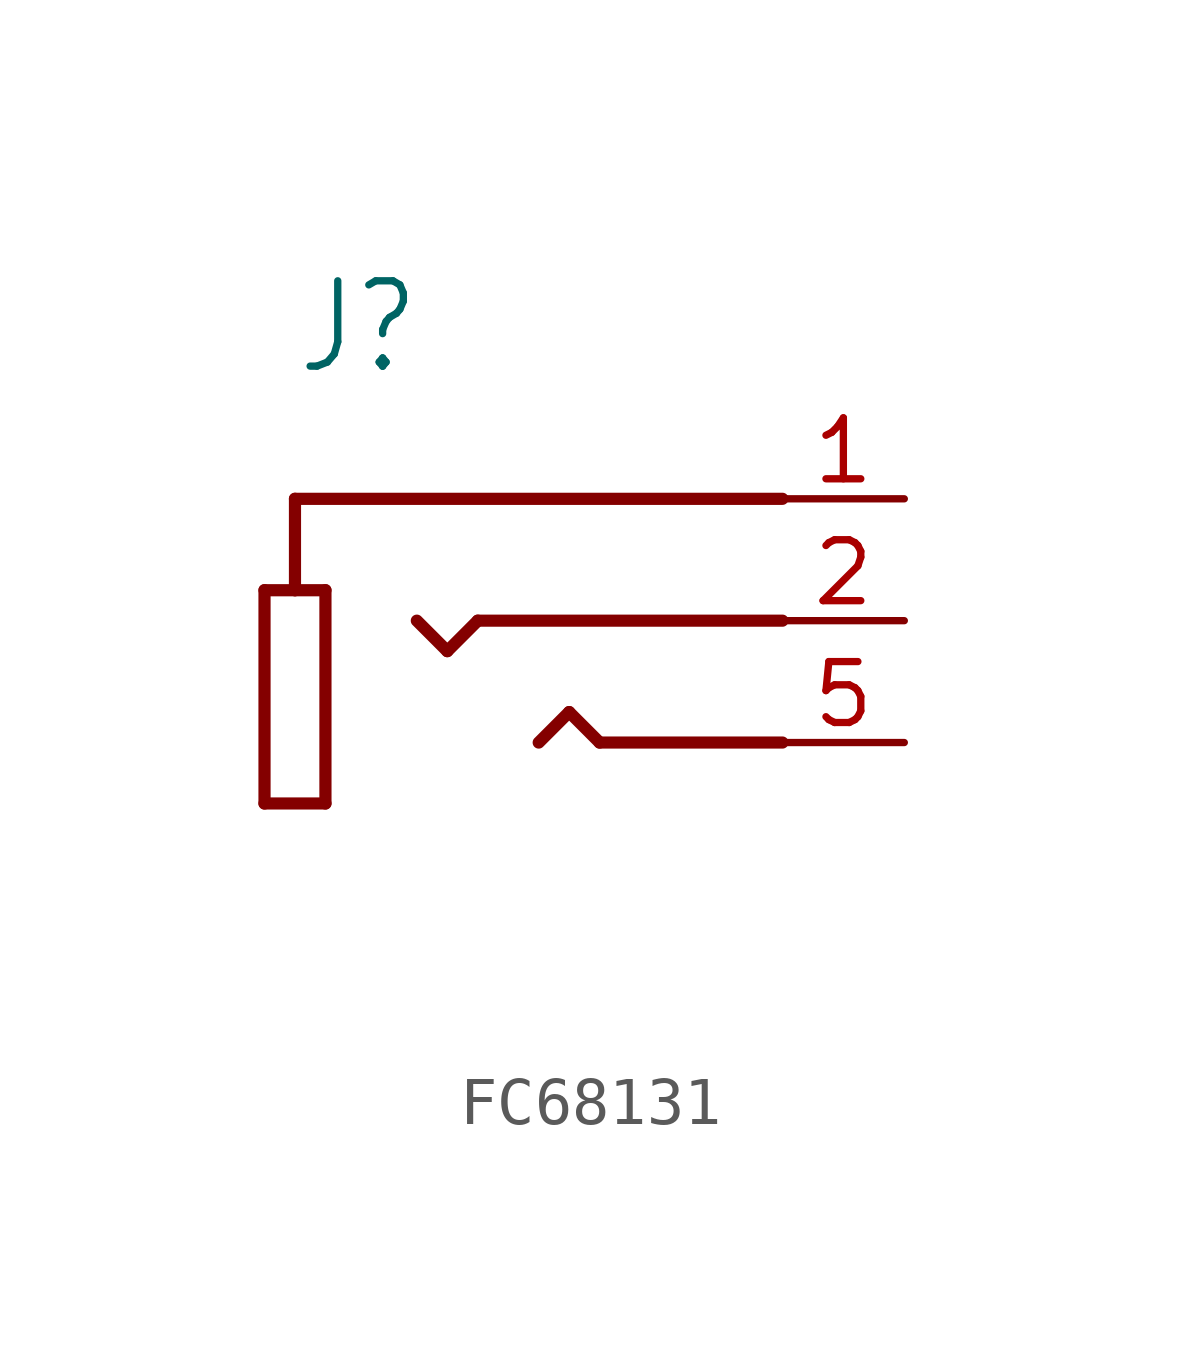
<source format=kicad_sym>
(kicad_symbol_lib
  (version 20231120)
  (generator "kicad_symbol_editor")
  (generator_version "8.0")
  (symbol "FC68131"
    (property "Reference" "J"
      (at -5.08 2.54 0)
      (effects (font (size 1.778 1.511)) (justify left bottom)))
    (property "Value" ""
      (at -5.08 -10.16 0)
      (effects (font (size 1.778 1.511)) (justify left bottom)))
    (property "ki_locked" ""
      (at 0 0 0)
      (effects (font (size 1.27 1.27))))
    (symbol "FC68131_1_0"
      (polyline (pts (xy -5.715 -6.35) (xy -5.715 -1.905)) (stroke (width 0.254) (type solid)) (fill (type none)))
      (polyline (pts (xy -5.715 -1.905) (xy -5.08 -1.905)) (stroke (width 0.254) (type solid)) (fill (type none)))
      (polyline (pts (xy -5.08 -1.905) (xy -4.445 -1.905)) (stroke (width 0.254) (type solid)) (fill (type none)))
      (polyline (pts (xy -5.08 0) (xy -5.08 -1.905)) (stroke (width 0.254) (type solid)) (fill (type none)))
      (polyline (pts (xy -4.445 -6.35) (xy -5.715 -6.35)) (stroke (width 0.254) (type solid)) (fill (type none)))
      (polyline (pts (xy -4.445 -1.905) (xy -4.445 -6.35)) (stroke (width 0.254) (type solid)) (fill (type none)))
      (polyline (pts (xy -1.905 -3.175) (xy -2.54 -2.54)) (stroke (width 0.254) (type solid)) (fill (type none)))
      (polyline (pts (xy -1.27 -2.54) (xy -1.905 -3.175)) (stroke (width 0.254) (type solid)) (fill (type none)))
      (polyline (pts (xy 0.635 -4.445) (xy 0 -5.08)) (stroke (width 0.254) (type solid)) (fill (type none)))
      (polyline (pts (xy 1.27 -5.08) (xy 0.635 -4.445)) (stroke (width 0.254) (type solid)) (fill (type none)))
      (polyline (pts (xy 5.08 -5.08) (xy 1.27 -5.08)) (stroke (width 0.254) (type solid)) (fill (type none)))
      (polyline (pts (xy 5.08 -2.54) (xy -1.27 -2.54)) (stroke (width 0.254) (type solid)) (fill (type none)))
      (polyline (pts (xy 5.08 0) (xy -5.08 0)) (stroke (width 0.254) (type solid)) (fill (type none)))
      (pin passive line (at 7.62 0 180) (length 2.54) (name "SLEEVE" (effects (font (size 0 0)))) (number "1" (effects (font (size 1.27 1.27)))))
      (pin passive line (at 7.62 -2.54 180) (length 2.54) (name "RING" (effects (font (size 0 0)))) (number "2" (effects (font (size 1.27 1.27)))))
      (pin passive line (at 7.62 -5.08 180) (length 2.54) (name "TIP" (effects (font (size 0 0)))) (number "5" (effects (font (size 1.27 1.27))))))))
</source>
